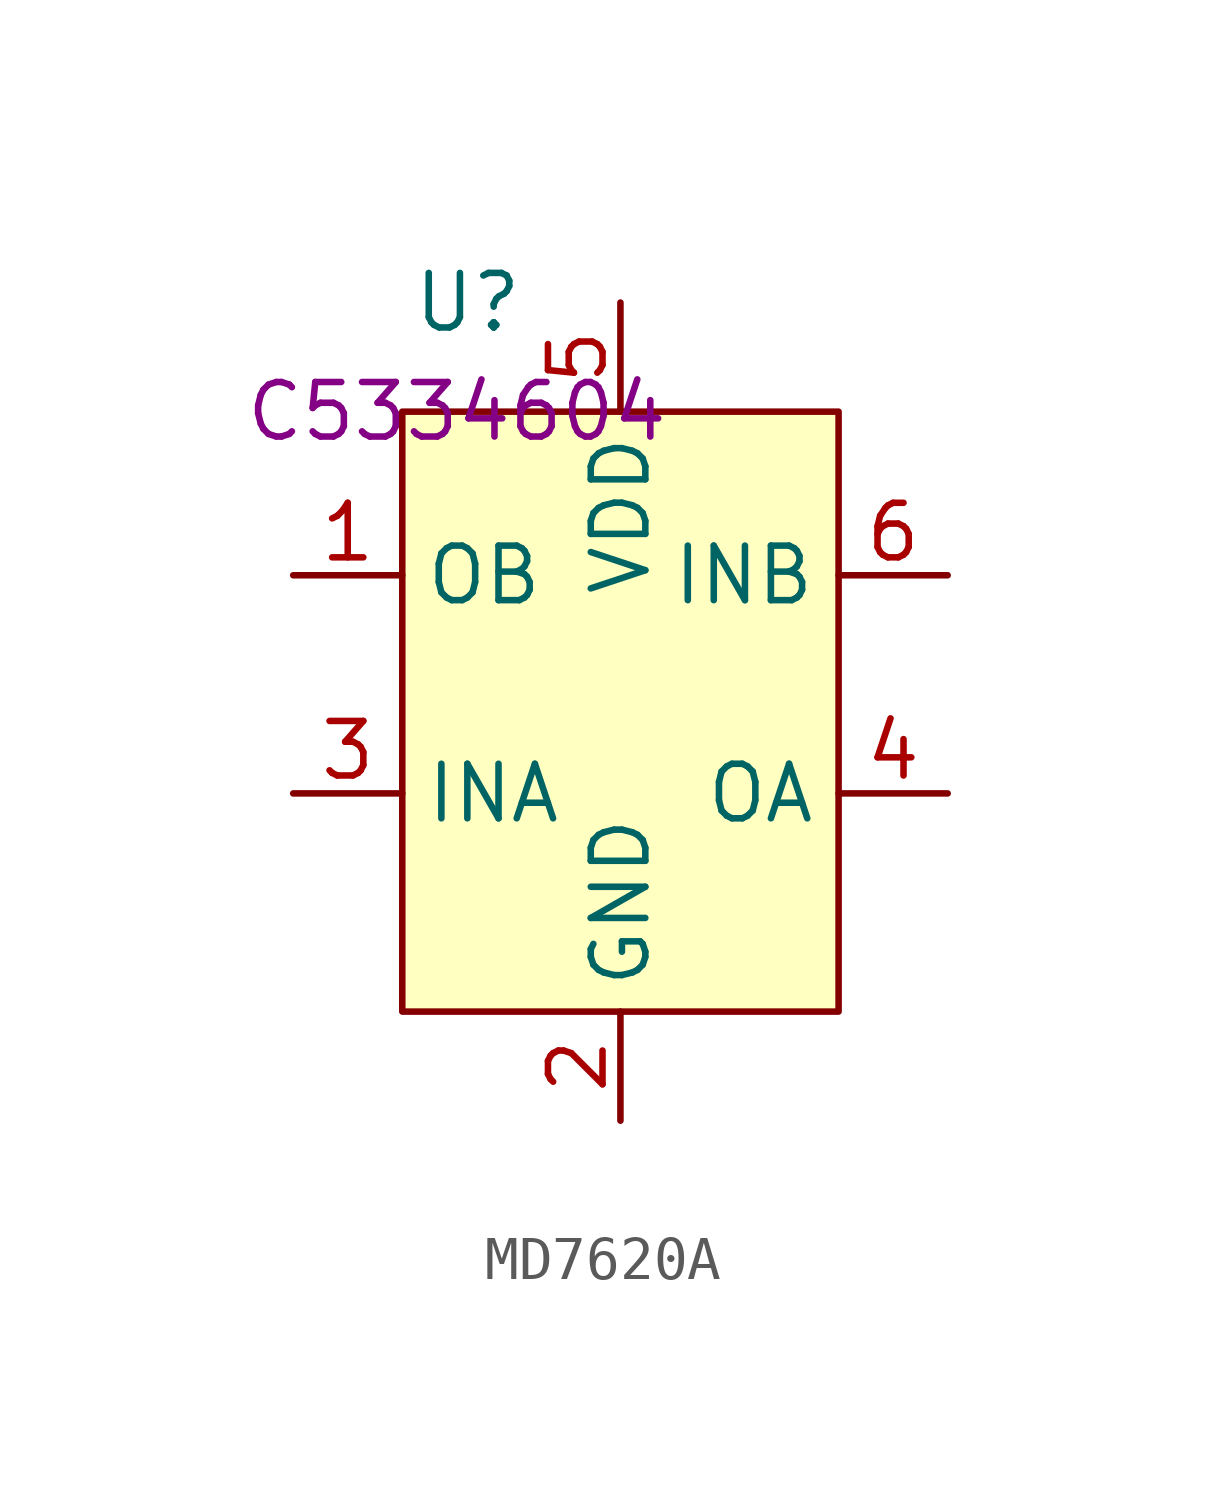
<source format=kicad_sym>
(kicad_symbol_lib
  (version 20231120)
  (generator "kicad_symbol_editor")
  (generator_version "8.0")
  (symbol "MD7620A"
    (property "Reference" "U"
      (at 0.254 2.54 0)
      (effects (font (size 1.27 1.27))))
    (property "Value" ""
      (at 0 0 0)
      (effects (font (size 1.27 1.27))))
    (property "LCSC Part # " "C5334604"
      (at 0 0 0)
      (effects (font (size 1.27 1.27))))
    (symbol "MD7620A_1_1"
      (rectangle (start -1.27 0) (end 8.89 -13.97) (stroke (width 0) (type default)) (fill (type background)))
      (pin output line (at -3.81 -3.81 0) (length 2.54) (name "OB" (effects (font (size 1.27 1.27)))) (number "1" (effects (font (size 1.27 1.27)))))
      (pin power_in line (at 3.81 -16.51 90) (length 2.54) (name "GND" (effects (font (size 1.27 1.27)))) (number "2" (effects (font (size 1.27 1.27)))))
      (pin input line (at -3.81 -8.89 0) (length 2.54) (name "INA" (effects (font (size 1.27 1.27)))) (number "3" (effects (font (size 1.27 1.27)))))
      (pin output line (at 11.43 -8.89 180) (length 2.54) (name "OA" (effects (font (size 1.27 1.27)))) (number "4" (effects (font (size 1.27 1.27)))))
      (pin power_in line (at 3.81 2.54 270) (length 2.54) (name "VDD" (effects (font (size 1.27 1.27)))) (number "5" (effects (font (size 1.27 1.27)))))
      (pin input line (at 11.43 -3.81 180) (length 2.54) (name "INB" (effects (font (size 1.27 1.27)))) (number "6" (effects (font (size 1.27 1.27))))))))
</source>
